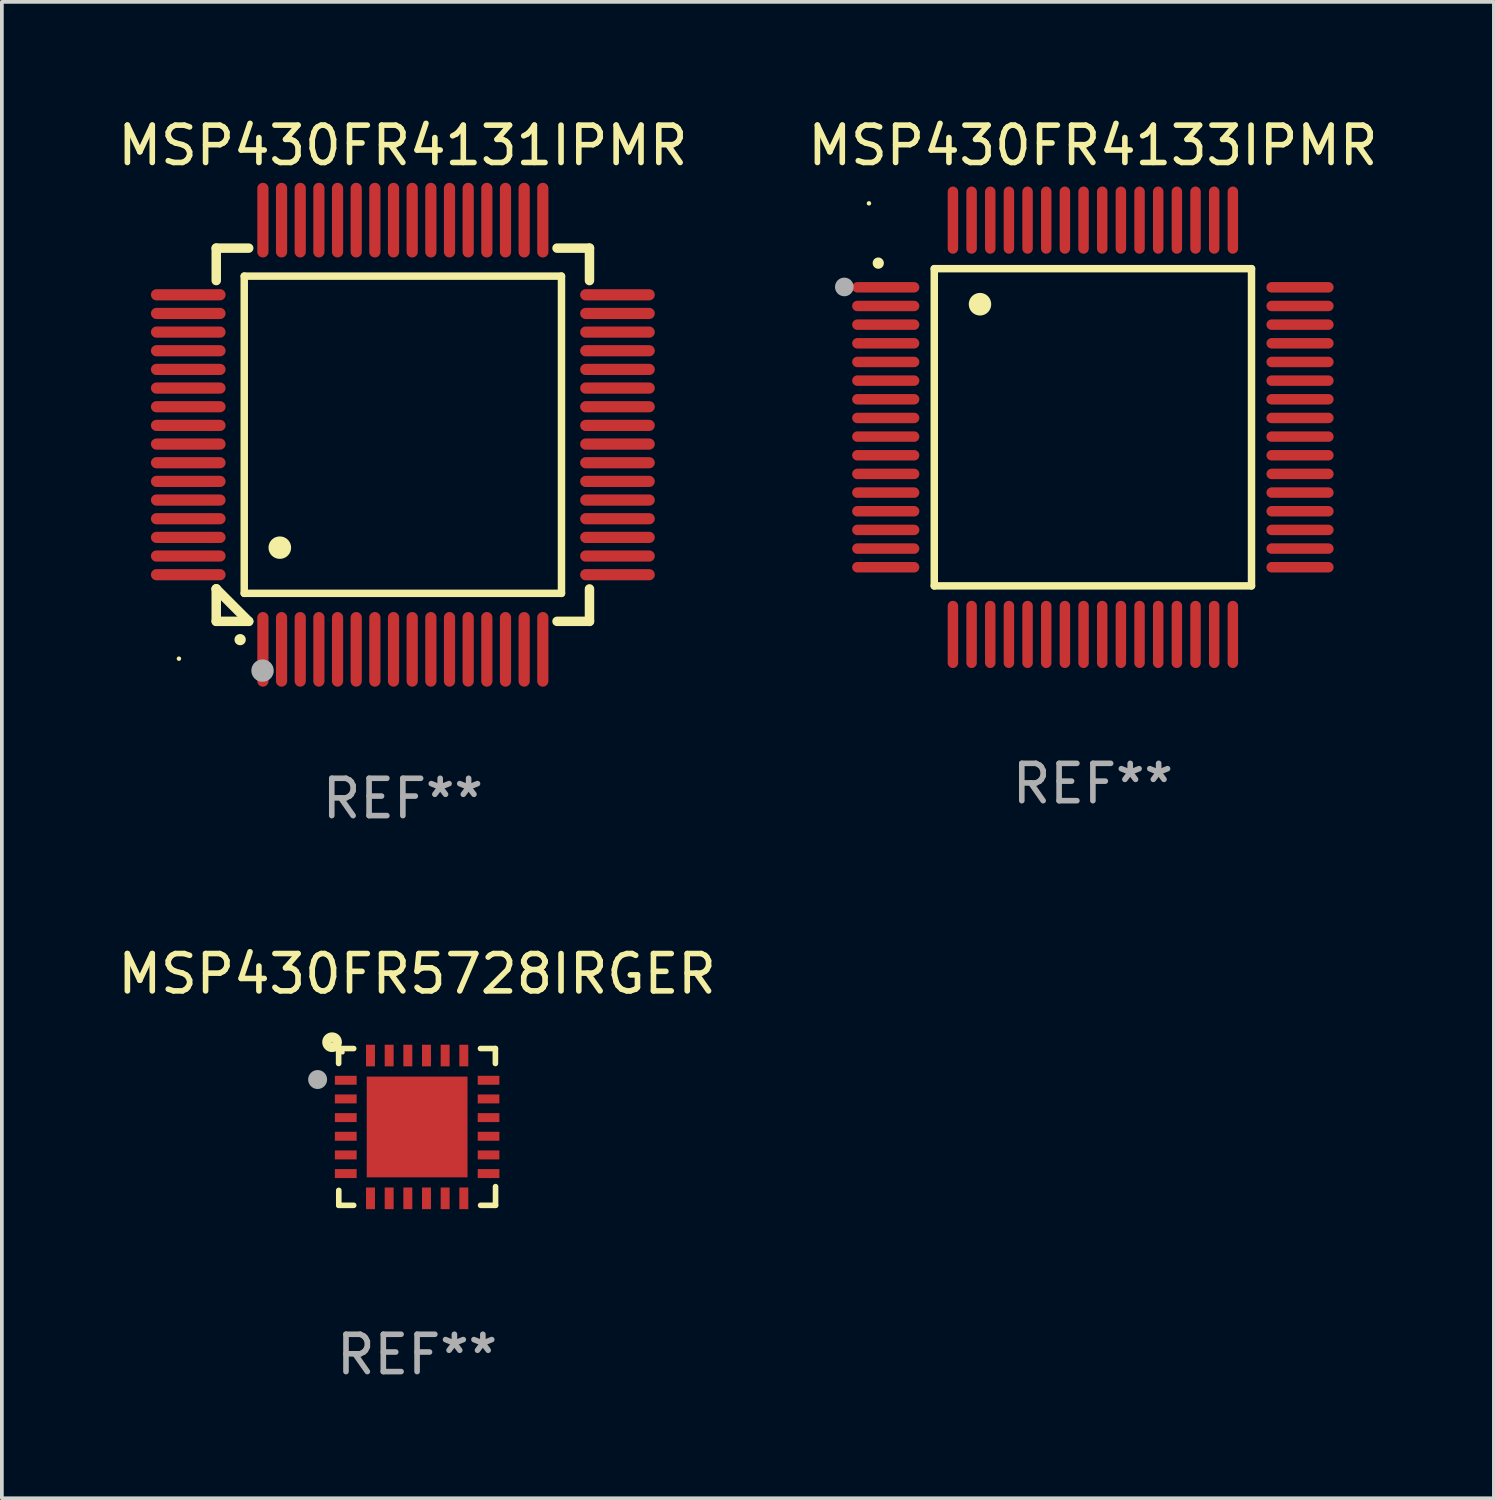
<source format=kicad_pcb>
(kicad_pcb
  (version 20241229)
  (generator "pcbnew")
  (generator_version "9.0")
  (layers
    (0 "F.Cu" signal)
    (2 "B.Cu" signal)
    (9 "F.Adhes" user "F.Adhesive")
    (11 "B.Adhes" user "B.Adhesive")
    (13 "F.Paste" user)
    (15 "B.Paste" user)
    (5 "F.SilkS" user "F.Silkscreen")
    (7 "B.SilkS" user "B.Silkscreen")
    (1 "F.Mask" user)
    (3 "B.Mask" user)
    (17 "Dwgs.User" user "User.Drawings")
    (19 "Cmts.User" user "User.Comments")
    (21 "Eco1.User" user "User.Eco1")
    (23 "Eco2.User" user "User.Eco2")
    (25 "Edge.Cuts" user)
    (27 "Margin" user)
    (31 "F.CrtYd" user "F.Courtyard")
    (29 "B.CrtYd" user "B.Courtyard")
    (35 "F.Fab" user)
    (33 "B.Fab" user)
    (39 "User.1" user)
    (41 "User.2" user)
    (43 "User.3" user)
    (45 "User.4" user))
  (footprint "MSP430FR4131IPMR"
    (layer "F.Cu")
    (at 7.744 8.598)
    (property "Reference" "MSP430FR4131IPMR" (at 0 -7.75 0) (layer "F.SilkS") (effects (font (size 1 1) (thickness 0.15))))
    (attr through_hole)
    (fp_line (start -5 -5) (end -4.131 -5) (stroke (width 0.254) (type solid)) (layer "F.SilkS"))
    (fp_line (start -5 -4.131) (end -5 -5) (stroke (width 0.254) (type solid)) (layer "F.SilkS"))
    (fp_line (start -5 4.131) (end -5 4.131) (stroke (width 0.254) (type solid)) (layer "F.SilkS"))
    (fp_line (start -5 5) (end -5 4.131) (stroke (width 0.254) (type solid)) (layer "F.SilkS"))
    (fp_line (start -5 4.131) (end -4.131 5) (stroke (width 0.254) (type solid)) (layer "F.SilkS"))
    (fp_line (start -4.25 -4.25) (end -4.25 4.25) (stroke (width 0.2) (type solid)) (layer "F.SilkS"))
    (fp_line (start -4.25 4.25) (end 4.25 4.25) (stroke (width 0.2) (type solid)) (layer "F.SilkS"))
    (fp_line (start -4.131 5) (end -5 5) (stroke (width 0.254) (type solid)) (layer "F.SilkS"))
    (fp_line (start 4.25 -4.25) (end -4.25 -4.25) (stroke (width 0.2) (type solid)) (layer "F.SilkS"))
    (fp_line (start 4.25 4.25) (end 4.25 -4.25) (stroke (width 0.2) (type solid)) (layer "F.SilkS"))
    (fp_line (start 5 -5) (end 4.131 -5) (stroke (width 0.254) (type solid)) (layer "F.SilkS"))
    (fp_line (start 5 -5) (end 5 -4.131) (stroke (width 0.254) (type solid)) (layer "F.SilkS"))
    (fp_line (start 5 4.131) (end 5 5) (stroke (width 0.254) (type solid)) (layer "F.SilkS"))
    (fp_line (start 5 5) (end 4.131 5) (stroke (width 0.254) (type solid)) (layer "F.SilkS"))
    (fp_arc (start -4.361265 5.489992) (mid -4.359995 5.489987) (end -4.358725 5.489992) (stroke (width 0.3) (type solid)) (layer "F.SilkS"))
    (fp_arc (start -3.299467 3.025146) (mid -3.296927 3.025135) (end -3.294387 3.025146) (stroke (width 0.6) (type solid)) (layer "F.SilkS"))
    (fp_circle (center -6 6) (end -5.97 6) (stroke (width 0.06) (type solid)) (fill no) (layer "F.SilkS"))
    (fp_circle (center -3.76 6.32) (end -3.61 6.32) (stroke (width 0.3) (type solid)) (fill no) (layer "F.Fab"))
    (fp_text user "REF**" (at 0 9.75 0) (layer "F.Fab") (effects (font (size 1 1) (thickness 0.15))))
    (pad "1" smd oval (at -3.75 5.75) (size 0.3 2) (layers "F.Cu" "F.Mask" "F.Paste"))
    (pad "2" smd oval (at -3.25 5.75) (size 0.3 2) (layers "F.Cu" "F.Mask" "F.Paste"))
    (pad "3" smd oval (at -2.75 5.75) (size 0.3 2) (layers "F.Cu" "F.Mask" "F.Paste"))
    (pad "4" smd oval (at -2.25 5.75) (size 0.3 2) (layers "F.Cu" "F.Mask" "F.Paste"))
    (pad "5" smd oval (at -1.75 5.75) (size 0.3 2) (layers "F.Cu" "F.Mask" "F.Paste"))
    (pad "6" smd oval (at -1.25 5.75) (size 0.3 2) (layers "F.Cu" "F.Mask" "F.Paste"))
    (pad "7" smd oval (at -0.75 5.75) (size 0.3 2) (layers "F.Cu" "F.Mask" "F.Paste"))
    (pad "8" smd oval (at -0.25 5.75) (size 0.3 2) (layers "F.Cu" "F.Mask" "F.Paste"))
    (pad "9" smd oval (at 0.25 5.75) (size 0.3 2) (layers "F.Cu" "F.Mask" "F.Paste"))
    (pad "10" smd oval (at 0.75 5.75) (size 0.3 2) (layers "F.Cu" "F.Mask" "F.Paste"))
    (pad "11" smd oval (at 1.25 5.75) (size 0.3 2) (layers "F.Cu" "F.Mask" "F.Paste"))
    (pad "12" smd oval (at 1.75 5.75) (size 0.3 2) (layers "F.Cu" "F.Mask" "F.Paste"))
    (pad "13" smd oval (at 2.25 5.75) (size 0.3 2) (layers "F.Cu" "F.Mask" "F.Paste"))
    (pad "14" smd oval (at 2.75 5.75) (size 0.3 2) (layers "F.Cu" "F.Mask" "F.Paste"))
    (pad "15" smd oval (at 3.25 5.75) (size 0.3 2) (layers "F.Cu" "F.Mask" "F.Paste"))
    (pad "16" smd oval (at 3.75 5.75) (size 0.3 2) (layers "F.Cu" "F.Mask" "F.Paste"))
    (pad "17" smd oval (at 5.75 3.75) (size 2 0.3) (layers "F.Cu" "F.Mask" "F.Paste"))
    (pad "18" smd oval (at 5.75 3.25) (size 2 0.3) (layers "F.Cu" "F.Mask" "F.Paste"))
    (pad "19" smd oval (at 5.75 2.75) (size 2 0.3) (layers "F.Cu" "F.Mask" "F.Paste"))
    (pad "20" smd oval (at 5.75 2.25) (size 2 0.3) (layers "F.Cu" "F.Mask" "F.Paste"))
    (pad "21" smd oval (at 5.75 1.75) (size 2 0.3) (layers "F.Cu" "F.Mask" "F.Paste"))
    (pad "22" smd oval (at 5.75 1.25) (size 2 0.3) (layers "F.Cu" "F.Mask" "F.Paste"))
    (pad "23" smd oval (at 5.75 0.75) (size 2 0.3) (layers "F.Cu" "F.Mask" "F.Paste"))
    (pad "24" smd oval (at 5.75 0.25) (size 2 0.3) (layers "F.Cu" "F.Mask" "F.Paste"))
    (pad "25" smd oval (at 5.75 -0.25) (size 2 0.3) (layers "F.Cu" "F.Mask" "F.Paste"))
    (pad "26" smd oval (at 5.75 -0.75) (size 2 0.3) (layers "F.Cu" "F.Mask" "F.Paste"))
    (pad "27" smd oval (at 5.75 -1.25) (size 2 0.3) (layers "F.Cu" "F.Mask" "F.Paste"))
    (pad "28" smd oval (at 5.75 -1.75) (size 2 0.3) (layers "F.Cu" "F.Mask" "F.Paste"))
    (pad "29" smd oval (at 5.75 -2.25) (size 2 0.3) (layers "F.Cu" "F.Mask" "F.Paste"))
    (pad "30" smd oval (at 5.75 -2.75) (size 2 0.3) (layers "F.Cu" "F.Mask" "F.Paste"))
    (pad "31" smd oval (at 5.75 -3.25) (size 2 0.3) (layers "F.Cu" "F.Mask" "F.Paste"))
    (pad "32" smd oval (at 5.75 -3.75) (size 2 0.3) (layers "F.Cu" "F.Mask" "F.Paste"))
    (pad "33" smd oval (at 3.75 -5.75) (size 0.3 2) (layers "F.Cu" "F.Mask" "F.Paste"))
    (pad "34" smd oval (at 3.25 -5.75) (size 0.3 2) (layers "F.Cu" "F.Mask" "F.Paste"))
    (pad "35" smd oval (at 2.75 -5.75) (size 0.3 2) (layers "F.Cu" "F.Mask" "F.Paste"))
    (pad "36" smd oval (at 2.25 -5.75) (size 0.3 2) (layers "F.Cu" "F.Mask" "F.Paste"))
    (pad "37" smd oval (at 1.75 -5.75) (size 0.3 2) (layers "F.Cu" "F.Mask" "F.Paste"))
    (pad "38" smd oval (at 1.25 -5.75) (size 0.3 2) (layers "F.Cu" "F.Mask" "F.Paste"))
    (pad "39" smd oval (at 0.75 -5.75) (size 0.3 2) (layers "F.Cu" "F.Mask" "F.Paste"))
    (pad "40" smd oval (at 0.25 -5.75) (size 0.3 2) (layers "F.Cu" "F.Mask" "F.Paste"))
    (pad "41" smd oval (at -0.25 -5.75) (size 0.3 2) (layers "F.Cu" "F.Mask" "F.Paste"))
    (pad "42" smd oval (at -0.75 -5.75) (size 0.3 2) (layers "F.Cu" "F.Mask" "F.Paste"))
    (pad "43" smd oval (at -1.25 -5.75) (size 0.3 2) (layers "F.Cu" "F.Mask" "F.Paste"))
    (pad "44" smd oval (at -1.75 -5.75) (size 0.3 2) (layers "F.Cu" "F.Mask" "F.Paste"))
    (pad "45" smd oval (at -2.25 -5.75) (size 0.3 2) (layers "F.Cu" "F.Mask" "F.Paste"))
    (pad "46" smd oval (at -2.75 -5.75) (size 0.3 2) (layers "F.Cu" "F.Mask" "F.Paste"))
    (pad "47" smd oval (at -3.25 -5.75) (size 0.3 2) (layers "F.Cu" "F.Mask" "F.Paste"))
    (pad "48" smd oval (at -3.75 -5.75) (size 0.3 2) (layers "F.Cu" "F.Mask" "F.Paste"))
    (pad "49" smd oval (at -5.75 -3.75) (size 2 0.3) (layers "F.Cu" "F.Mask" "F.Paste"))
    (pad "50" smd oval (at -5.75 -3.25) (size 2 0.3) (layers "F.Cu" "F.Mask" "F.Paste"))
    (pad "51" smd oval (at -5.75 -2.75) (size 2 0.3) (layers "F.Cu" "F.Mask" "F.Paste"))
    (pad "52" smd oval (at -5.75 -2.25) (size 2 0.3) (layers "F.Cu" "F.Mask" "F.Paste"))
    (pad "53" smd oval (at -5.75 -1.75) (size 2 0.3) (layers "F.Cu" "F.Mask" "F.Paste"))
    (pad "54" smd oval (at -5.75 -1.25) (size 2 0.3) (layers "F.Cu" "F.Mask" "F.Paste"))
    (pad "55" smd oval (at -5.75 -0.75) (size 2 0.3) (layers "F.Cu" "F.Mask" "F.Paste"))
    (pad "56" smd oval (at -5.75 -0.25) (size 2 0.3) (layers "F.Cu" "F.Mask" "F.Paste"))
    (pad "57" smd oval (at -5.75 0.25) (size 2 0.3) (layers "F.Cu" "F.Mask" "F.Paste"))
    (pad "58" smd oval (at -5.75 0.75) (size 2 0.3) (layers "F.Cu" "F.Mask" "F.Paste"))
    (pad "59" smd oval (at -5.75 1.25) (size 2 0.3) (layers "F.Cu" "F.Mask" "F.Paste"))
    (pad "60" smd oval (at -5.75 1.75) (size 2 0.3) (layers "F.Cu" "F.Mask" "F.Paste"))
    (pad "61" smd oval (at -5.75 2.25) (size 2 0.3) (layers "F.Cu" "F.Mask" "F.Paste"))
    (pad "62" smd oval (at -5.75 2.75) (size 2 0.3) (layers "F.Cu" "F.Mask" "F.Paste"))
    (pad "63" smd oval (at -5.75 3.25) (size 2 0.3) (layers "F.Cu" "F.Mask" "F.Paste"))
    (pad "64" smd oval (at -5.75 3.75) (size 2 0.3) (layers "F.Cu" "F.Mask" "F.Paste")))
  (footprint "MSP430FR4133IPMR"
    (layer "F.Cu")
    (at 26.232 8.398)
    (property "Reference" "MSP430FR4133IPMR" (at 0 -7.55 0) (layer "F.SilkS") (effects (font (size 1 1) (thickness 0.15))))
    (attr through_hole)
    (fp_line (start -4.25 -4.25) (end -4.25 4.25) (stroke (width 0.2) (type solid)) (layer "F.SilkS"))
    (fp_line (start -4.25 4.25) (end 4.25 4.25) (stroke (width 0.2) (type solid)) (layer "F.SilkS"))
    (fp_line (start 4.25 -4.25) (end -4.25 -4.25) (stroke (width 0.2) (type solid)) (layer "F.SilkS"))
    (fp_line (start 4.25 4.25) (end 4.25 -4.25) (stroke (width 0.2) (type solid)) (layer "F.SilkS"))
    (fp_arc (start -5.750572 -4.396749) (mid -5.750577 -4.398019) (end -5.750572 -4.399289) (stroke (width 0.3) (type solid)) (layer "F.SilkS"))
    (fp_arc (start -3.025146 -3.294387) (mid -3.025157 -3.296927) (end -3.025146 -3.299467) (stroke (width 0.6) (type solid)) (layer "F.SilkS"))
    (fp_circle (center -6 -6) (end -5.97 -6) (stroke (width 0.06) (type solid)) (fill no) (layer "F.SilkS"))
    (fp_circle (center -6.66 -3.76) (end -6.535 -3.76) (stroke (width 0.25) (type solid)) (fill no) (layer "F.Fab"))
    (fp_text user "REF**" (at 0 9.55 0) (layer "F.Fab") (effects (font (size 1 1) (thickness 0.15))))
    (pad "1" smd oval (at -5.55 -3.75) (size 1.8 0.28) (layers "F.Cu" "F.Mask" "F.Paste"))
    (pad "2" smd oval (at -5.55 -3.25) (size 1.8 0.28) (layers "F.Cu" "F.Mask" "F.Paste"))
    (pad "3" smd oval (at -5.55 -2.75) (size 1.8 0.28) (layers "F.Cu" "F.Mask" "F.Paste"))
    (pad "4" smd oval (at -5.55 -2.25) (size 1.8 0.28) (layers "F.Cu" "F.Mask" "F.Paste"))
    (pad "5" smd oval (at -5.55 -1.75) (size 1.8 0.28) (layers "F.Cu" "F.Mask" "F.Paste"))
    (pad "6" smd oval (at -5.55 -1.25) (size 1.8 0.28) (layers "F.Cu" "F.Mask" "F.Paste"))
    (pad "7" smd oval (at -5.55 -0.75) (size 1.8 0.28) (layers "F.Cu" "F.Mask" "F.Paste"))
    (pad "8" smd oval (at -5.55 -0.25) (size 1.8 0.28) (layers "F.Cu" "F.Mask" "F.Paste"))
    (pad "9" smd oval (at -5.55 0.25) (size 1.8 0.28) (layers "F.Cu" "F.Mask" "F.Paste"))
    (pad "10" smd oval (at -5.55 0.75) (size 1.8 0.28) (layers "F.Cu" "F.Mask" "F.Paste"))
    (pad "11" smd oval (at -5.55 1.25) (size 1.8 0.28) (layers "F.Cu" "F.Mask" "F.Paste"))
    (pad "12" smd oval (at -5.55 1.75) (size 1.8 0.28) (layers "F.Cu" "F.Mask" "F.Paste"))
    (pad "13" smd oval (at -5.55 2.25) (size 1.8 0.28) (layers "F.Cu" "F.Mask" "F.Paste"))
    (pad "14" smd oval (at -5.55 2.75) (size 1.8 0.28) (layers "F.Cu" "F.Mask" "F.Paste"))
    (pad "15" smd oval (at -5.55 3.25) (size 1.8 0.28) (layers "F.Cu" "F.Mask" "F.Paste"))
    (pad "16" smd oval (at -5.55 3.75) (size 1.8 0.28) (layers "F.Cu" "F.Mask" "F.Paste"))
    (pad "17" smd oval (at -3.75 5.55) (size 0.28 1.8) (layers "F.Cu" "F.Mask" "F.Paste"))
    (pad "18" smd oval (at -3.25 5.55) (size 0.28 1.8) (layers "F.Cu" "F.Mask" "F.Paste"))
    (pad "19" smd oval (at -2.75 5.55) (size 0.28 1.8) (layers "F.Cu" "F.Mask" "F.Paste"))
    (pad "20" smd oval (at -2.25 5.55) (size 0.28 1.8) (layers "F.Cu" "F.Mask" "F.Paste"))
    (pad "21" smd oval (at -1.75 5.55) (size 0.28 1.8) (layers "F.Cu" "F.Mask" "F.Paste"))
    (pad "22" smd oval (at -1.25 5.55) (size 0.28 1.8) (layers "F.Cu" "F.Mask" "F.Paste"))
    (pad "23" smd oval (at -0.75 5.55) (size 0.28 1.8) (layers "F.Cu" "F.Mask" "F.Paste"))
    (pad "24" smd oval (at -0.25 5.55) (size 0.28 1.8) (layers "F.Cu" "F.Mask" "F.Paste"))
    (pad "25" smd oval (at 0.25 5.55) (size 0.28 1.8) (layers "F.Cu" "F.Mask" "F.Paste"))
    (pad "26" smd oval (at 0.75 5.55) (size 0.28 1.8) (layers "F.Cu" "F.Mask" "F.Paste"))
    (pad "27" smd oval (at 1.25 5.55) (size 0.28 1.8) (layers "F.Cu" "F.Mask" "F.Paste"))
    (pad "28" smd oval (at 1.75 5.55) (size 0.28 1.8) (layers "F.Cu" "F.Mask" "F.Paste"))
    (pad "29" smd oval (at 2.25 5.55) (size 0.28 1.8) (layers "F.Cu" "F.Mask" "F.Paste"))
    (pad "30" smd oval (at 2.75 5.55) (size 0.28 1.8) (layers "F.Cu" "F.Mask" "F.Paste"))
    (pad "31" smd oval (at 3.25 5.55) (size 0.28 1.8) (layers "F.Cu" "F.Mask" "F.Paste"))
    (pad "32" smd oval (at 3.75 5.55) (size 0.28 1.8) (layers "F.Cu" "F.Mask" "F.Paste"))
    (pad "33" smd oval (at 5.55 3.75) (size 1.8 0.28) (layers "F.Cu" "F.Mask" "F.Paste"))
    (pad "34" smd oval (at 5.55 3.25) (size 1.8 0.28) (layers "F.Cu" "F.Mask" "F.Paste"))
    (pad "35" smd oval (at 5.55 2.75) (size 1.8 0.28) (layers "F.Cu" "F.Mask" "F.Paste"))
    (pad "36" smd oval (at 5.55 2.25) (size 1.8 0.28) (layers "F.Cu" "F.Mask" "F.Paste"))
    (pad "37" smd oval (at 5.55 1.75) (size 1.8 0.28) (layers "F.Cu" "F.Mask" "F.Paste"))
    (pad "38" smd oval (at 5.55 1.25) (size 1.8 0.28) (layers "F.Cu" "F.Mask" "F.Paste"))
    (pad "39" smd oval (at 5.55 0.75) (size 1.8 0.28) (layers "F.Cu" "F.Mask" "F.Paste"))
    (pad "40" smd oval (at 5.55 0.25) (size 1.8 0.28) (layers "F.Cu" "F.Mask" "F.Paste"))
    (pad "41" smd oval (at 5.55 -0.25) (size 1.8 0.28) (layers "F.Cu" "F.Mask" "F.Paste"))
    (pad "42" smd oval (at 5.55 -0.75) (size 1.8 0.28) (layers "F.Cu" "F.Mask" "F.Paste"))
    (pad "43" smd oval (at 5.55 -1.25) (size 1.8 0.28) (layers "F.Cu" "F.Mask" "F.Paste"))
    (pad "44" smd oval (at 5.55 -1.75) (size 1.8 0.28) (layers "F.Cu" "F.Mask" "F.Paste"))
    (pad "45" smd oval (at 5.55 -2.25) (size 1.8 0.28) (layers "F.Cu" "F.Mask" "F.Paste"))
    (pad "46" smd oval (at 5.55 -2.75) (size 1.8 0.28) (layers "F.Cu" "F.Mask" "F.Paste"))
    (pad "47" smd oval (at 5.55 -3.25) (size 1.8 0.28) (layers "F.Cu" "F.Mask" "F.Paste"))
    (pad "48" smd oval (at 5.55 -3.75) (size 1.8 0.28) (layers "F.Cu" "F.Mask" "F.Paste"))
    (pad "49" smd oval (at 3.75 -5.55) (size 0.28 1.8) (layers "F.Cu" "F.Mask" "F.Paste"))
    (pad "50" smd oval (at 3.25 -5.55) (size 0.28 1.8) (layers "F.Cu" "F.Mask" "F.Paste"))
    (pad "51" smd oval (at 2.75 -5.55) (size 0.28 1.8) (layers "F.Cu" "F.Mask" "F.Paste"))
    (pad "52" smd oval (at 2.25 -5.55) (size 0.28 1.8) (layers "F.Cu" "F.Mask" "F.Paste"))
    (pad "53" smd oval (at 1.75 -5.55) (size 0.28 1.8) (layers "F.Cu" "F.Mask" "F.Paste"))
    (pad "54" smd oval (at 1.25 -5.55) (size 0.28 1.8) (layers "F.Cu" "F.Mask" "F.Paste"))
    (pad "55" smd oval (at 0.75 -5.55) (size 0.28 1.8) (layers "F.Cu" "F.Mask" "F.Paste"))
    (pad "56" smd oval (at 0.25 -5.55) (size 0.28 1.8) (layers "F.Cu" "F.Mask" "F.Paste"))
    (pad "57" smd oval (at -0.25 -5.55) (size 0.28 1.8) (layers "F.Cu" "F.Mask" "F.Paste"))
    (pad "58" smd oval (at -0.75 -5.55) (size 0.28 1.8) (layers "F.Cu" "F.Mask" "F.Paste"))
    (pad "59" smd oval (at -1.25 -5.55) (size 0.28 1.8) (layers "F.Cu" "F.Mask" "F.Paste"))
    (pad "60" smd oval (at -1.75 -5.55) (size 0.28 1.8) (layers "F.Cu" "F.Mask" "F.Paste"))
    (pad "61" smd oval (at -2.25 -5.55) (size 0.28 1.8) (layers "F.Cu" "F.Mask" "F.Paste"))
    (pad "62" smd oval (at -2.75 -5.55) (size 0.28 1.8) (layers "F.Cu" "F.Mask" "F.Paste"))
    (pad "63" smd oval (at -3.25 -5.55) (size 0.28 1.8) (layers "F.Cu" "F.Mask" "F.Paste"))
    (pad "64" smd oval (at -3.75 -5.55) (size 0.28 1.8) (layers "F.Cu" "F.Mask" "F.Paste")))
  (footprint "MSP430FR5728IRGER"
    (layer "F.Cu")
    (at 8.125 27.144)
    (property "Reference" "MSP430FR5728IRGER" (at 0 -4.1 0) (layer "F.SilkS") (effects (font (size 1 1) (thickness 0.15))))
    (attr through_hole)
    (fp_line (start -2.102 -2.1) (end -1.698 -2.1) (stroke (width 0.15) (type solid)) (layer "F.SilkS"))
    (fp_line (start -2.102 -1.7) (end -2.102 -2.1) (stroke (width 0.15) (type solid)) (layer "F.SilkS"))
    (fp_line (start -2.098 1.7) (end -2.098 2.1) (stroke (width 0.15) (type solid)) (layer "F.SilkS"))
    (fp_line (start -2.098 2.1) (end -1.698 2.1) (stroke (width 0.15) (type solid)) (layer "F.SilkS"))
    (fp_line (start 1.698 -2.1) (end 2.098 -2.1) (stroke (width 0.15) (type solid)) (layer "F.SilkS"))
    (fp_line (start 2.098 -2.1) (end 2.098 -1.7) (stroke (width 0.15) (type solid)) (layer "F.SilkS"))
    (fp_line (start 2.102 1.6) (end 2.102 2.1) (stroke (width 0.15) (type solid)) (layer "F.SilkS"))
    (fp_line (start 2.102 2.1) (end 1.702 2.1) (stroke (width 0.15) (type solid)) (layer "F.SilkS"))
    (fp_circle (center -2.278 -2.27) (end -2.268 -2.27) (stroke (width 0.254) (type solid)) (fill no) (layer "F.SilkS"))
    (fp_circle (center -1.998 -2) (end -1.968 -2) (stroke (width 0.06) (type solid)) (fill no) (layer "F.SilkS"))
    (fp_circle (center -2.665 -1.27) (end -2.538 -1.27) (stroke (width 0.254) (type solid)) (fill no) (layer "F.Fab"))
    (fp_text user "REF**" (at 0 6.1 0) (layer "F.Fab") (effects (font (size 1 1) (thickness 0.15))))
    (pad "1" smd rect (at -1.911 -1.25) (size 0.584 0.24) (layers "F.Cu" "F.Mask" "F.Paste"))
    (pad "2" smd rect (at -1.911 -0.75) (size 0.584 0.24) (layers "F.Cu" "F.Mask" "F.Paste"))
    (pad "3" smd rect (at -1.911 -0.25) (size 0.584 0.24) (layers "F.Cu" "F.Mask" "F.Paste"))
    (pad "4" smd rect (at -1.911 0.25) (size 0.584 0.24) (layers "F.Cu" "F.Mask" "F.Paste"))
    (pad "5" smd rect (at -1.911 0.75) (size 0.584 0.24) (layers "F.Cu" "F.Mask" "F.Paste"))
    (pad "6" smd rect (at -1.911 1.25) (size 0.584 0.24) (layers "F.Cu" "F.Mask" "F.Paste"))
    (pad "7" smd rect (at -1.248 1.913) (size 0.24 0.58) (layers "F.Cu" "F.Mask" "F.Paste"))
    (pad "8" smd rect (at -0.748 1.913) (size 0.24 0.58) (layers "F.Cu" "F.Mask" "F.Paste"))
    (pad "9" smd rect (at -0.248 1.913) (size 0.24 0.58) (layers "F.Cu" "F.Mask" "F.Paste"))
    (pad "10" smd rect (at 0.252 1.913) (size 0.24 0.58) (layers "F.Cu" "F.Mask" "F.Paste"))
    (pad "11" smd rect (at 0.752 1.913) (size 0.24 0.58) (layers "F.Cu" "F.Mask" "F.Paste"))
    (pad "12" smd rect (at 1.252 1.913) (size 0.24 0.58) (layers "F.Cu" "F.Mask" "F.Paste"))
    (pad "13" smd rect (at 1.915 1.25) (size 0.58 0.24) (layers "F.Cu" "F.Mask" "F.Paste"))
    (pad "14" smd rect (at 1.915 0.75) (size 0.58 0.24) (layers "F.Cu" "F.Mask" "F.Paste"))
    (pad "15" smd rect (at 1.915 0.25) (size 0.58 0.24) (layers "F.Cu" "F.Mask" "F.Paste"))
    (pad "16" smd rect (at 1.915 -0.25) (size 0.58 0.24) (layers "F.Cu" "F.Mask" "F.Paste"))
    (pad "17" smd rect (at 1.915 -0.75) (size 0.58 0.24) (layers "F.Cu" "F.Mask" "F.Paste"))
    (pad "18" smd rect (at 1.915 -1.25) (size 0.58 0.24) (layers "F.Cu" "F.Mask" "F.Paste"))
    (pad "19" smd rect (at 1.252 -1.913) (size 0.24 0.58) (layers "F.Cu" "F.Mask" "F.Paste"))
    (pad "20" smd rect (at 0.752 -1.913) (size 0.24 0.58) (layers "F.Cu" "F.Mask" "F.Paste"))
    (pad "21" smd rect (at 0.252 -1.913) (size 0.24 0.58) (layers "F.Cu" "F.Mask" "F.Paste"))
    (pad "22" smd rect (at -0.248 -1.913) (size 0.24 0.58) (layers "F.Cu" "F.Mask" "F.Paste"))
    (pad "23" smd rect (at -0.748 -1.913) (size 0.24 0.58) (layers "F.Cu" "F.Mask" "F.Paste"))
    (pad "24" smd rect (at -1.248 -1.913) (size 0.24 0.58) (layers "F.Cu" "F.Mask" "F.Paste"))
    (pad "25" smd rect (at 0.001 0.001) (size 2.7 2.7) (layers "F.Cu" "F.Mask" "F.Paste")))
  (gr_rect
    (start -3 -3)
    (end 36.976 37.093)
    (stroke (width 0.1) (type default))
    (fill no)
    (layer "Edge.Cuts")))
</source>
